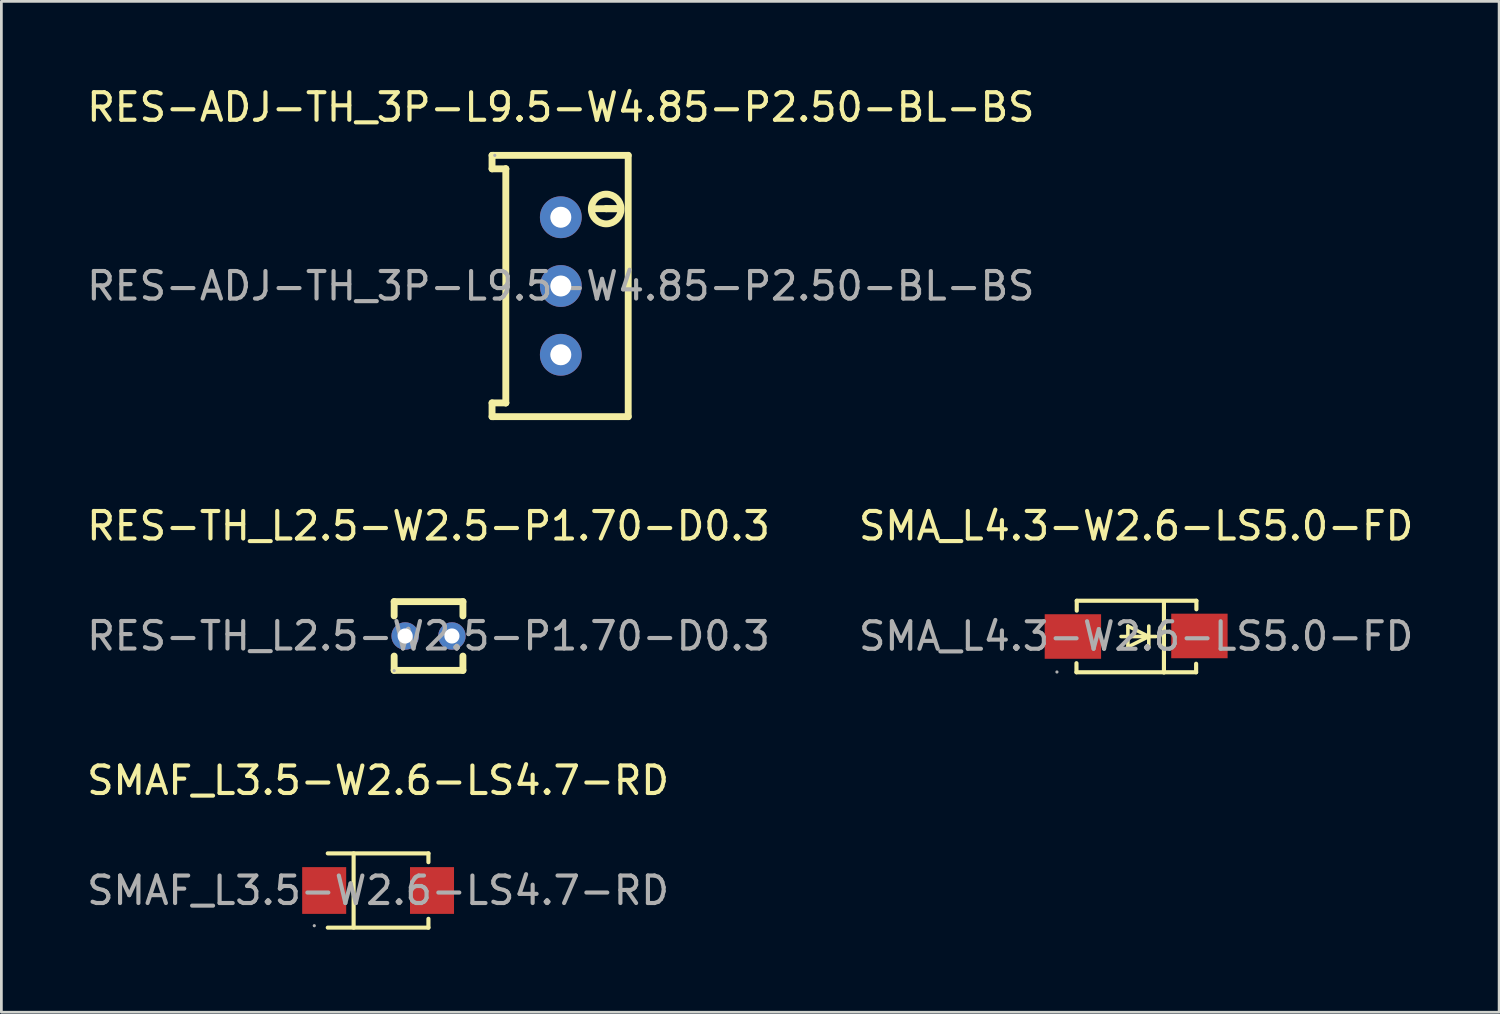
<source format=kicad_pcb>
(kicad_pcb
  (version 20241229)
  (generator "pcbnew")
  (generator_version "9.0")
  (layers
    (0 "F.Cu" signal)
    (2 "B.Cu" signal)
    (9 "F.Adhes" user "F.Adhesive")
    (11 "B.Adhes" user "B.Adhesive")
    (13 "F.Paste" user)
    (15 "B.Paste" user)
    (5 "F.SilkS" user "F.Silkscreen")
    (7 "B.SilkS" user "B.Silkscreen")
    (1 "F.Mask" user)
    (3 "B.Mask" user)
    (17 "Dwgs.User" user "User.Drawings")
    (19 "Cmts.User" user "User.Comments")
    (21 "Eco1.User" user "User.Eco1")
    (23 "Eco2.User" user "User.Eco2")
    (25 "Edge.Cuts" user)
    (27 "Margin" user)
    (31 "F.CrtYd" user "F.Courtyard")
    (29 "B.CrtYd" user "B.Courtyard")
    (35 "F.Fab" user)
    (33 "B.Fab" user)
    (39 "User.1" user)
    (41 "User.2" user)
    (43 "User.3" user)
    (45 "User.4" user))
  (footprint "SMAF_L3.5-W2.6-LS4.7-RD"
    (layer "F.Cu")
    (at 10.696 29.325)
    (property "Reference" "SMAF_L3.5-W2.6-LS4.7-RD" (at 0 -4 0) (layer "F.SilkS") (effects (font (size 1 1) (thickness 0.15))))
    (attr smd)
    (fp_line (start -1.83 -1.35) (end 1.83 -1.35) (stroke (width 0.15) (type solid)) (layer "F.SilkS"))
    (fp_line (start -1.83 1.35) (end 1.83 1.35) (stroke (width 0.15) (type solid)) (layer "F.SilkS"))
    (fp_line (start -0.89 -1.35) (end -0.89 1.35) (stroke (width 0.15) (type solid)) (layer "F.SilkS"))
    (fp_line (start 1.83 -1.35) (end 1.83 -1.03) (stroke (width 0.15) (type solid)) (layer "F.SilkS"))
    (fp_line (start 1.83 1.03) (end 1.83 1.35) (stroke (width 0.15) (type solid)) (layer "F.SilkS"))
    (fp_circle (center -2.32 1.28) (end -2.29 1.28) (stroke (width 0.06) (type solid)) (fill no) (layer "F.Fab"))
    (fp_text user "${REFERENCE}" (at 0 0 0) (layer "F.Fab") (effects (font (size 1 1) (thickness 0.15))))
    (pad "1" smd rect (at -1.96 0 180) (size 1.6 1.7) (layers "F.Cu" "F.Mask" "F.Paste"))
    (pad "2" smd rect (at 1.96 0 180) (size 1.6 1.7) (layers "F.Cu" "F.Mask" "F.Paste")))
  (footprint "RES-TH_L2.5-W2.5-P1.70-D0.3"
    (layer "F.Cu")
    (at 12.53 20.072)
    (property "Reference" "RES-TH_L2.5-W2.5-P1.70-D0.3" (at 0 -4 0) (layer "F.SilkS") (effects (font (size 1 1) (thickness 0.15))))
    (attr through_hole)
    (fp_line (start -1.25 -1.25) (end 1.25 -1.25) (stroke (width 0.25) (type solid)) (layer "F.SilkS"))
    (fp_line (start -1.25 -0.73) (end -1.25 -1.25) (stroke (width 0.25) (type solid)) (layer "F.SilkS"))
    (fp_line (start -1.25 1.25) (end -1.25 0.73) (stroke (width 0.25) (type solid)) (layer "F.SilkS"))
    (fp_line (start 1.25 -1.25) (end 1.25 -0.73) (stroke (width 0.25) (type solid)) (layer "F.SilkS"))
    (fp_line (start 1.25 0.73) (end 1.25 1.25) (stroke (width 0.25) (type solid)) (layer "F.SilkS"))
    (fp_line (start 1.25 1.25) (end -1.25 1.25) (stroke (width 0.25) (type solid)) (layer "F.SilkS"))
    (fp_circle (center -1.25 1.26) (end -1.22 1.26) (stroke (width 0.06) (type solid)) (fill no) (layer "F.Fab"))
    (fp_circle (center -0.85 0) (end -0.76 0) (stroke (width 0.18) (type solid)) (fill no) (layer "F.Fab"))
    (fp_circle (center 0.85 0) (end 0.94 0) (stroke (width 0.18) (type solid)) (fill no) (layer "F.Fab"))
    (fp_text user "${REFERENCE}" (at 0 0 0) (layer "F.Fab") (effects (font (size 1 1) (thickness 0.15))))
    (pad "1" thru_hole circle (at -0.85 0) (size 1 1) (drill 0.55) (layers "*.Cu" "*.Mask"))
    (pad "2" thru_hole circle (at 0.85 0) (size 1 1) (drill 0.55) (layers "*.Cu" "*.Mask")))
  (footprint "RES-ADJ-TH_3P-L9.5-W4.85-P2.50-BL-BS"
    (layer "F.Cu")
    (at 17.339 7.348)
    (property "Reference" "RES-ADJ-TH_3P-L9.5-W4.85-P2.50-BL-BS" (at 0 -6.5 0) (layer "F.SilkS") (effects (font (size 1 1) (thickness 0.15))))
    (attr through_hole)
    (fp_line (start -2.5 -4.75) (end -2.5 -4.26) (stroke (width 0.25) (type solid)) (layer "F.SilkS"))
    (fp_line (start -2.5 -4.26) (end -2 -4.26) (stroke (width 0.25) (type solid)) (layer "F.SilkS"))
    (fp_line (start -2.5 4.25) (end -2.5 4.75) (stroke (width 0.25) (type solid)) (layer "F.SilkS"))
    (fp_line (start -2.5 4.75) (end -2.45 4.75) (stroke (width 0.25) (type solid)) (layer "F.SilkS"))
    (fp_line (start -2.45 -4.75) (end -2.5 -4.75) (stroke (width 0.25) (type solid)) (layer "F.SilkS"))
    (fp_line (start -2.45 4.75) (end 2.45 4.75) (stroke (width 0.25) (type solid)) (layer "F.SilkS"))
    (fp_line (start -2 -4.26) (end -2 -4.26) (stroke (width 0.25) (type solid)) (layer "F.SilkS"))
    (fp_line (start -2 -4.26) (end -2 4.25) (stroke (width 0.25) (type solid)) (layer "F.SilkS"))
    (fp_line (start -2 4.25) (end -2.5 4.25) (stroke (width 0.25) (type solid)) (layer "F.SilkS"))
    (fp_line (start -2 4.25) (end -2 4.25) (stroke (width 0.25) (type solid)) (layer "F.SilkS"))
    (fp_line (start 1.27 -2.81) (end 1.65 -2.81) (stroke (width 0.25) (type solid)) (layer "F.SilkS"))
    (fp_line (start 1.65 -2.81) (end 2.03 -2.81) (stroke (width 0.25) (type solid)) (layer "F.SilkS"))
    (fp_line (start 2.03 -2.81) (end 1.65 -2.81) (stroke (width 0.25) (type solid)) (layer "F.SilkS"))
    (fp_line (start 2.45 -4.75) (end -2.45 -4.75) (stroke (width 0.25) (type solid)) (layer "F.SilkS"))
    (fp_line (start 2.45 -4.75) (end 2.45 4.75) (stroke (width 0.25) (type solid)) (layer "F.SilkS"))
    (fp_arc (start 2.19 -2.8) (mid 1.110023 -2.795005) (end 2.189908 -2.80999) (stroke (width 0.25) (type solid)) (layer "F.SilkS"))
    (fp_circle (center -2.4 -4.75) (end -2.37 -4.75) (stroke (width 0.06) (type solid)) (fill no) (layer "F.Fab"))
    (fp_circle (center 0 -2.5) (end 0.12 -2.5) (stroke (width 0.25) (type solid)) (fill no) (layer "F.Fab"))
    (fp_circle (center 0 0) (end 0.12 0) (stroke (width 0.25) (type solid)) (fill no) (layer "F.Fab"))
    (fp_circle (center 0 2.5) (end 0.12 2.5) (stroke (width 0.25) (type solid)) (fill no) (layer "F.Fab"))
    (fp_text user "${REFERENCE}" (at 0 0 0) (layer "F.Fab") (effects (font (size 1 1) (thickness 0.15))))
    (pad "1" thru_hole circle (at 0 -2.5 270) (size 1.52 1.52) (drill 0.762) (layers "*.Cu" "*.Mask"))
    (pad "2" thru_hole circle (at 0 0 270) (size 1.52 1.52) (drill 0.762) (layers "*.Cu" "*.Mask"))
    (pad "3" thru_hole circle (at 0 2.5 270) (size 1.52 1.52) (drill 0.762) (layers "*.Cu" "*.Mask")))
  (footprint "SMA_L4.3-W2.6-LS5.0-FD"
    (layer "F.Cu")
    (at 38.256 20.081)
    (property "Reference" "SMA_L4.3-W2.6-LS5.0-FD" (at 0 -4.01 0) (layer "F.SilkS") (effects (font (size 1 1) (thickness 0.15))))
    (attr smd)
    (fp_line (start -2.17 0.98) (end -2.17 1.31) (stroke (width 0.15) (type solid)) (layer "F.SilkS"))
    (fp_line (start -2.17 1.31) (end 2.18 1.31) (stroke (width 0.15) (type solid)) (layer "F.SilkS"))
    (fp_line (start -2.16 -1.29) (end 2.19 -1.29) (stroke (width 0.15) (type solid)) (layer "F.SilkS"))
    (fp_line (start -2.16 -0.93) (end -2.16 -1.29) (stroke (width 0.15) (type solid)) (layer "F.SilkS"))
    (fp_line (start -0.55 0.01) (end 0.72 0.01) (stroke (width 0.13) (type solid)) (layer "F.SilkS"))
    (fp_line (start -0.3 -0.37) (end 0.46 0.01) (stroke (width 0.13) (type solid)) (layer "F.SilkS"))
    (fp_line (start -0.3 0.01) (end -0.3 -0.37) (stroke (width 0.13) (type solid)) (layer "F.SilkS"))
    (fp_line (start -0.3 0.01) (end -0.3 0.39) (stroke (width 0.13) (type solid)) (layer "F.SilkS"))
    (fp_line (start -0.3 0.39) (end 0.46 0.01) (stroke (width 0.13) (type solid)) (layer "F.SilkS"))
    (fp_line (start 0.46 0.01) (end 0.46 -0.37) (stroke (width 0.13) (type solid)) (layer "F.SilkS"))
    (fp_line (start 0.46 0.01) (end 0.46 0.39) (stroke (width 0.13) (type solid)) (layer "F.SilkS"))
    (fp_line (start 1.01 -1.28) (end 1.01 1.32) (stroke (width 0.15) (type solid)) (layer "F.SilkS"))
    (fp_line (start 2.18 1.31) (end 2.18 1) (stroke (width 0.15) (type solid)) (layer "F.SilkS"))
    (fp_line (start 2.19 -1.29) (end 2.19 -0.98) (stroke (width 0.15) (type solid)) (layer "F.SilkS"))
    (fp_circle (center -2.88 1.3) (end -2.85 1.3) (stroke (width 0.06) (type solid)) (fill no) (layer "F.Fab"))
    (fp_text user "${REFERENCE}" (at 0 0 0) (layer "F.Fab") (effects (font (size 1 1) (thickness 0.15))))
    (pad "1" smd rect (at -2.3 0.01) (size 2.05 1.62) (layers "F.Cu" "F.Mask" "F.Paste"))
    (pad "2" smd rect (at 2.3 -0.01 180) (size 2.05 1.62) (layers "F.Cu" "F.Mask" "F.Paste")))
  (gr_rect
    (start -3 -3)
    (end 51.452 33.75)
    (stroke (width 0.1) (type default))
    (fill no)
    (layer "Edge.Cuts")))
</source>
